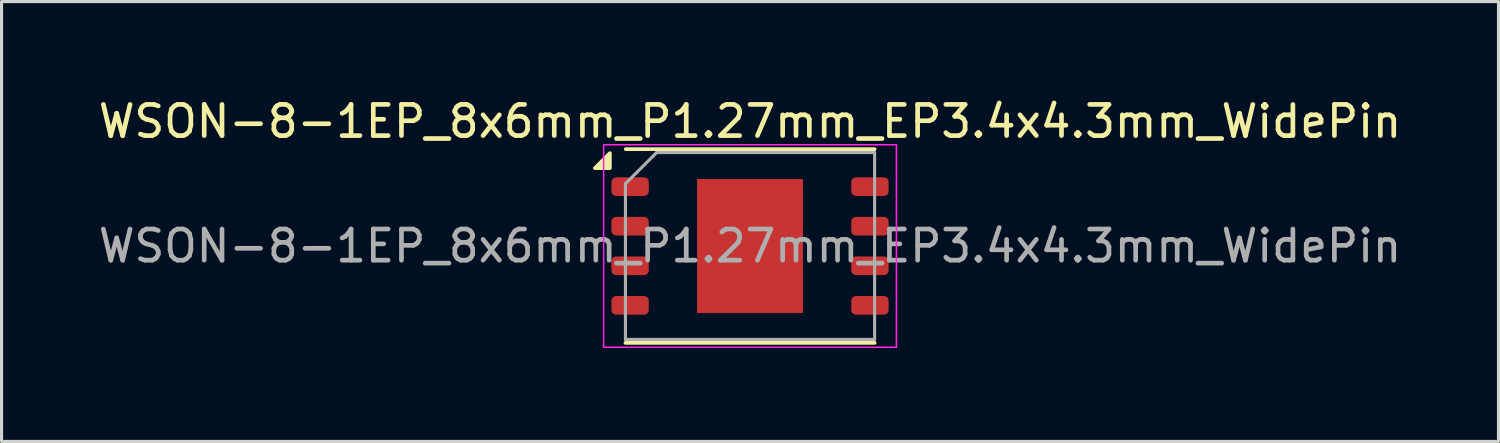
<source format=kicad_pcb>
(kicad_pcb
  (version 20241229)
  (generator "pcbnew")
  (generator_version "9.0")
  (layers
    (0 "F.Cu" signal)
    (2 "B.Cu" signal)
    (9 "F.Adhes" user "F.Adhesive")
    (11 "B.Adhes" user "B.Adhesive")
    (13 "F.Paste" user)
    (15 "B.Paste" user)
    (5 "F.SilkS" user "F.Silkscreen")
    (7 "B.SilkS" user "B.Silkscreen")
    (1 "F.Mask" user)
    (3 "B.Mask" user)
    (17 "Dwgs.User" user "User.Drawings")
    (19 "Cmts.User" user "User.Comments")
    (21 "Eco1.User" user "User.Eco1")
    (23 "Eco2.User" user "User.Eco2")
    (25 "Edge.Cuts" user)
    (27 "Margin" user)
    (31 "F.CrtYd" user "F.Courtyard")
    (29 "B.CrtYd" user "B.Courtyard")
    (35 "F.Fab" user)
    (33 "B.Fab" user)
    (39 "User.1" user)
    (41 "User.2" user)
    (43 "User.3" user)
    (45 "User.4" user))
  (footprint "WSON-8-1EP_8x6mm_P1.27mm_EP3.4x4.3mm_WidePin"
    (layer "F.Cu")
    (at 21.03 4.848)
    (property "Reference" "WSON-8-1EP_8x6mm_P1.27mm_EP3.4x4.3mm_WidePin" (at 0 -4 0) (unlocked yes) (layer "F.SilkS") (effects (font (size 1 1) (thickness 0.15))))
    (attr smd)
    (fp_line (start -4 3.11) (end 4 3.11) (stroke (width 0.12) (type solid)) (layer "F.SilkS"))
    (fp_line (start -3.99 -3.11) (end 4 -3.11) (stroke (width 0.12) (type solid)) (layer "F.SilkS"))
    (fp_poly (pts (xy -4.5 -2.5) (xy -4.98 -2.5) (xy -4.5 -2.98) (xy -4.5 -2.5)) (stroke (width 0.12) (type solid)) (fill yes) (layer "F.SilkS"))
    (fp_line (start -4.7 -3.25) (end -4.7 3.25) (stroke (width 0.05) (type solid)) (layer "F.CrtYd"))
    (fp_line (start -4.7 3.25) (end 4.7 3.25) (stroke (width 0.05) (type solid)) (layer "F.CrtYd"))
    (fp_line (start 4.7 -3.25) (end -4.7 -3.25) (stroke (width 0.05) (type solid)) (layer "F.CrtYd"))
    (fp_line (start 4.7 3.25) (end 4.7 -3.25) (stroke (width 0.05) (type solid)) (layer "F.CrtYd"))
    (fp_line (start -4 -2) (end -3 -3) (stroke (width 0.1) (type solid)) (layer "F.Fab"))
    (fp_line (start -4 3) (end -4 -2) (stroke (width 0.1) (type solid)) (layer "F.Fab"))
    (fp_line (start -3 -3) (end 4 -3) (stroke (width 0.1) (type solid)) (layer "F.Fab"))
    (fp_line (start 4 -3) (end 4 3) (stroke (width 0.1) (type solid)) (layer "F.Fab"))
    (fp_line (start 4 3) (end -4 3) (stroke (width 0.1) (type solid)) (layer "F.Fab"))
    (fp_text user "${REFERENCE}" (at 0 0 0) (layer "F.Fab") (effects (font (size 1 1) (thickness 0.15))))
    (pad "" smd roundrect (at -0.85 -1.075) (size 1.37 1.73) (layers "F.Paste") (roundrect_rratio 0.182))
    (pad "" smd roundrect (at -0.85 1.075) (size 1.37 1.73) (layers "F.Paste") (roundrect_rratio 0.182))
    (pad "" smd roundrect (at 0.85 -1.075) (size 1.37 1.73) (layers "F.Paste") (roundrect_rratio 0.182))
    (pad "" smd roundrect (at 0.85 1.075) (size 1.37 1.73) (layers "F.Paste") (roundrect_rratio 0.182))
    (pad "1" smd roundrect (at -3.85 -1.905) (size 1.2 0.6) (layers "F.Cu" "F.Mask" "F.Paste") (roundrect_rratio 0.25))
    (pad "2" smd roundrect (at -3.85 -0.635) (size 1.2 0.6) (layers "F.Cu" "F.Mask" "F.Paste") (roundrect_rratio 0.25))
    (pad "3" smd roundrect (at -3.85 0.635) (size 1.2 0.6) (layers "F.Cu" "F.Mask" "F.Paste") (roundrect_rratio 0.25))
    (pad "4" smd roundrect (at -3.85 1.905) (size 1.2 0.6) (layers "F.Cu" "F.Mask" "F.Paste") (roundrect_rratio 0.25))
    (pad "5" smd roundrect (at 3.85 1.905) (size 1.2 0.6) (layers "F.Cu" "F.Mask" "F.Paste") (roundrect_rratio 0.25))
    (pad "6" smd roundrect (at 3.85 0.635) (size 1.2 0.6) (layers "F.Cu" "F.Mask" "F.Paste") (roundrect_rratio 0.25))
    (pad "7" smd roundrect (at 3.85 -0.635) (size 1.2 0.6) (layers "F.Cu" "F.Mask" "F.Paste") (roundrect_rratio 0.25))
    (pad "8" smd roundrect (at 3.85 -1.905) (size 1.2 0.6) (layers "F.Cu" "F.Mask" "F.Paste") (roundrect_rratio 0.25))
    (pad "9" smd rect (at 0 0) (size 3.4 4.3) (property pad_prop_heatsink) (layers "F.Cu" "F.Mask")))
  (gr_rect
    (start -3 -3)
    (end 45.06 11.123)
    (stroke (width 0.1) (type default))
    (fill no)
    (layer "Edge.Cuts")))
</source>
